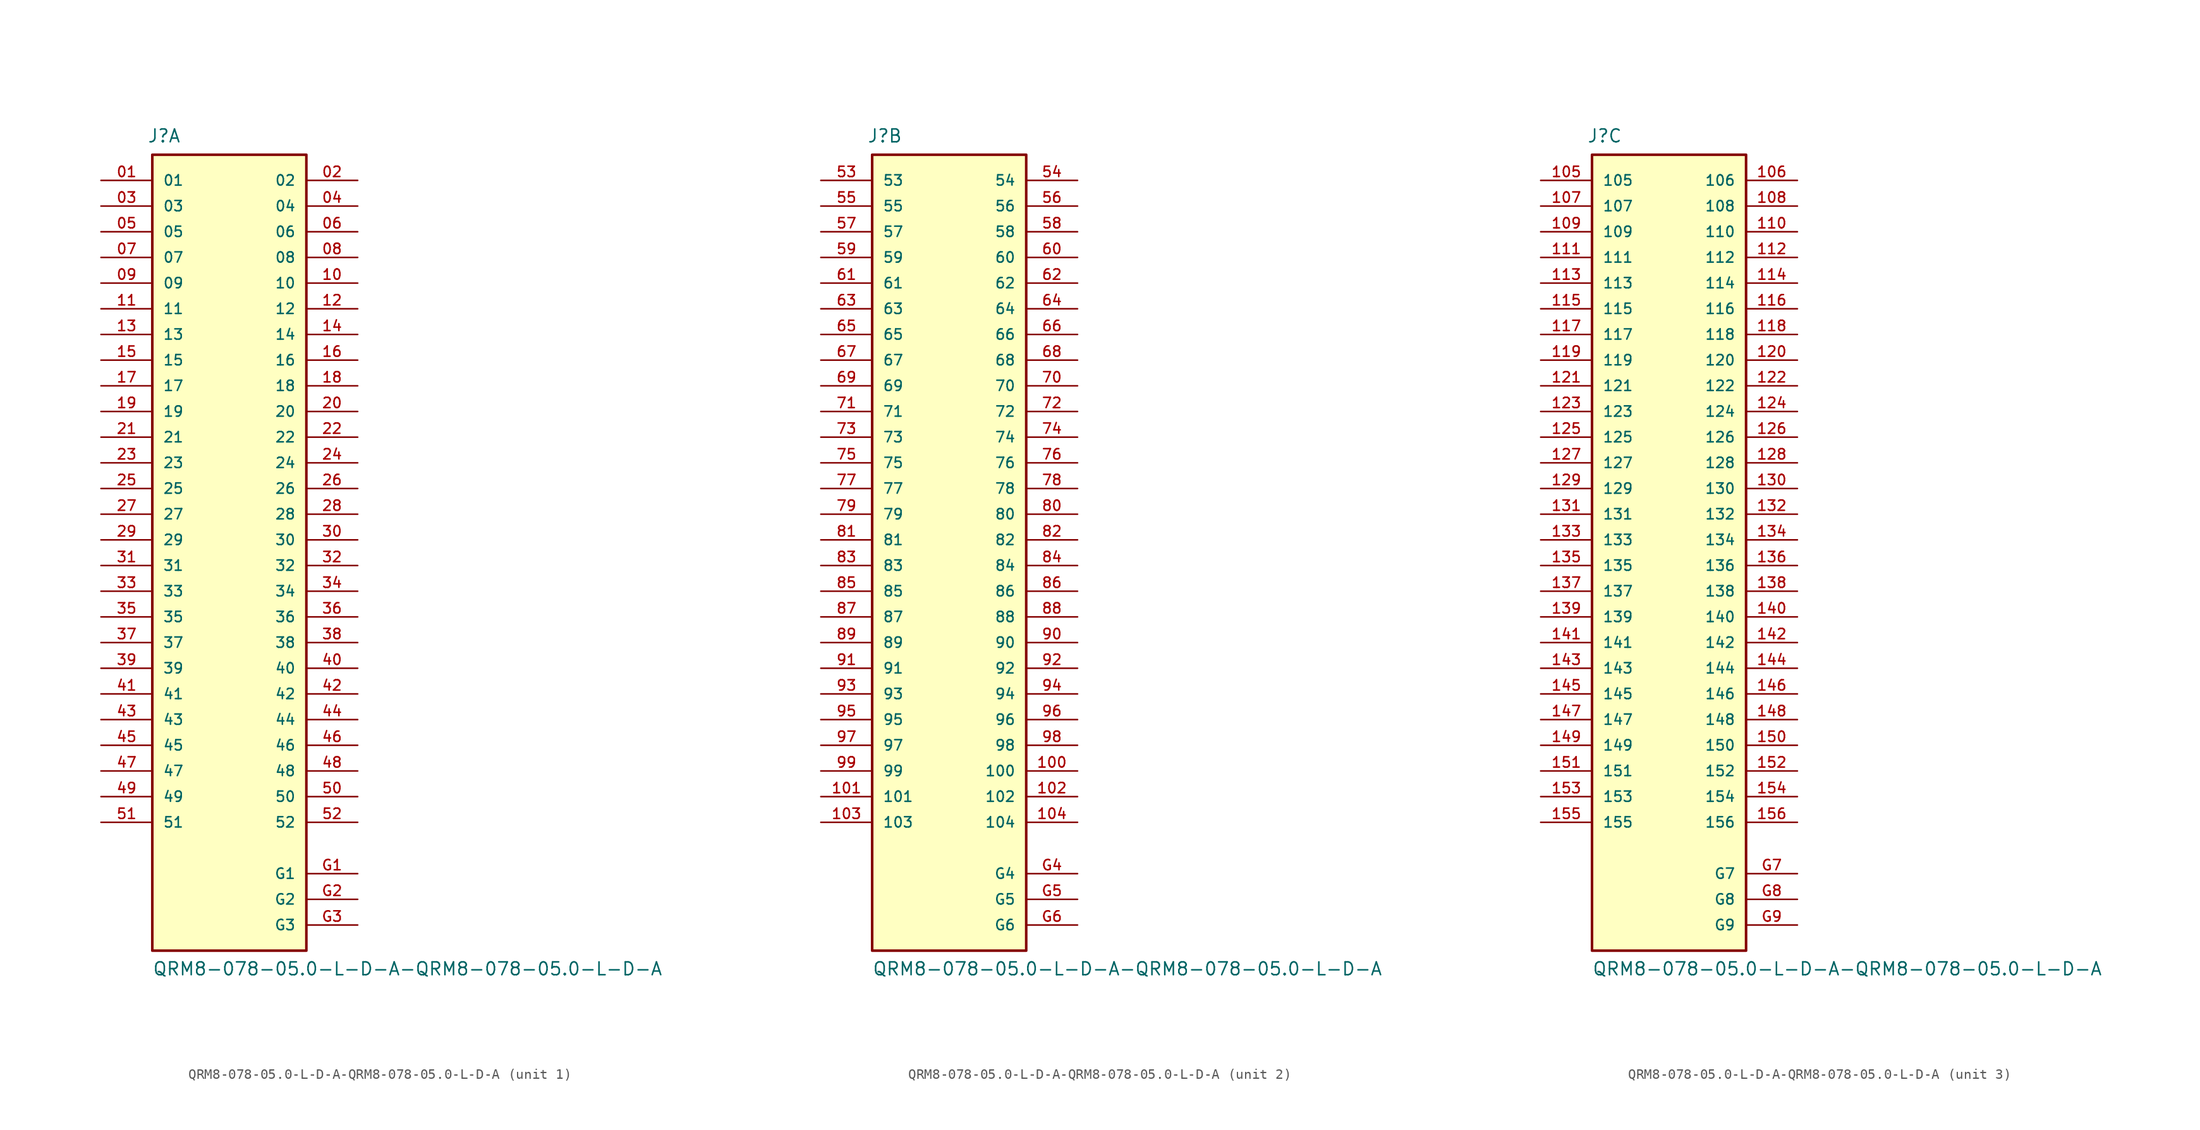
<source format=kicad_sym>
(kicad_symbol_lib
  (version 20220914)
  (generator kicad_symbol_editor)
  (symbol "QRM8-078-05.0-L-D-A-QRM8-078-05.0-L-D-A"
    (pin_names
      (offset 1.016))
    (property "Reference" "J"
      (at -8.128 39.218 0)
      (effects (font (size 1.27 1.27)) (justify left bottom)))
    (property "Value" "QRM8-078-05.0-L-D-A-QRM8-078-05.0-L-D-A"
      (at -7.62 -43.18 0)
      (effects (font (size 1.27 1.27)) (justify left bottom)))
    (property "ki_locked" ""
      (at 0 0 0)
      (effects (font (size 1.27 1.27))))
    (symbol "QRM8-078-05.0-L-D-A-QRM8-078-05.0-L-D-A_1_0"
      (rectangle (start -7.62 -40.64) (end 7.62 38.1) (stroke (width 0.254) (type solid)) (fill (type background)))
      (pin passive line (at -12.7 35.56 0) (length 5.08) (name "01" (effects (font (size 1.016 1.016)))) (number "01" (effects (font (size 1.016 1.016)))))
      (pin passive line (at 12.7 35.56 180) (length 5.08) (name "02" (effects (font (size 1.016 1.016)))) (number "02" (effects (font (size 1.016 1.016)))))
      (pin passive line (at -12.7 33.02 0) (length 5.08) (name "03" (effects (font (size 1.016 1.016)))) (number "03" (effects (font (size 1.016 1.016)))))
      (pin passive line (at 12.7 33.02 180) (length 5.08) (name "04" (effects (font (size 1.016 1.016)))) (number "04" (effects (font (size 1.016 1.016)))))
      (pin passive line (at -12.7 30.48 0) (length 5.08) (name "05" (effects (font (size 1.016 1.016)))) (number "05" (effects (font (size 1.016 1.016)))))
      (pin passive line (at 12.7 30.48 180) (length 5.08) (name "06" (effects (font (size 1.016 1.016)))) (number "06" (effects (font (size 1.016 1.016)))))
      (pin passive line (at -12.7 27.94 0) (length 5.08) (name "07" (effects (font (size 1.016 1.016)))) (number "07" (effects (font (size 1.016 1.016)))))
      (pin passive line (at 12.7 27.94 180) (length 5.08) (name "08" (effects (font (size 1.016 1.016)))) (number "08" (effects (font (size 1.016 1.016)))))
      (pin passive line (at -12.7 25.4 0) (length 5.08) (name "09" (effects (font (size 1.016 1.016)))) (number "09" (effects (font (size 1.016 1.016)))))
      (pin passive line (at 12.7 25.4 180) (length 5.08) (name "10" (effects (font (size 1.016 1.016)))) (number "10" (effects (font (size 1.016 1.016)))))
      (pin passive line (at -12.7 22.86 0) (length 5.08) (name "11" (effects (font (size 1.016 1.016)))) (number "11" (effects (font (size 1.016 1.016)))))
      (pin passive line (at 12.7 22.86 180) (length 5.08) (name "12" (effects (font (size 1.016 1.016)))) (number "12" (effects (font (size 1.016 1.016)))))
      (pin passive line (at -12.7 20.32 0) (length 5.08) (name "13" (effects (font (size 1.016 1.016)))) (number "13" (effects (font (size 1.016 1.016)))))
      (pin passive line (at 12.7 20.32 180) (length 5.08) (name "14" (effects (font (size 1.016 1.016)))) (number "14" (effects (font (size 1.016 1.016)))))
      (pin passive line (at -12.7 17.78 0) (length 5.08) (name "15" (effects (font (size 1.016 1.016)))) (number "15" (effects (font (size 1.016 1.016)))))
      (pin passive line (at 12.7 17.78 180) (length 5.08) (name "16" (effects (font (size 1.016 1.016)))) (number "16" (effects (font (size 1.016 1.016)))))
      (pin passive line (at -12.7 15.24 0) (length 5.08) (name "17" (effects (font (size 1.016 1.016)))) (number "17" (effects (font (size 1.016 1.016)))))
      (pin passive line (at 12.7 15.24 180) (length 5.08) (name "18" (effects (font (size 1.016 1.016)))) (number "18" (effects (font (size 1.016 1.016)))))
      (pin passive line (at -12.7 12.7 0) (length 5.08) (name "19" (effects (font (size 1.016 1.016)))) (number "19" (effects (font (size 1.016 1.016)))))
      (pin passive line (at 12.7 12.7 180) (length 5.08) (name "20" (effects (font (size 1.016 1.016)))) (number "20" (effects (font (size 1.016 1.016)))))
      (pin passive line (at -12.7 10.16 0) (length 5.08) (name "21" (effects (font (size 1.016 1.016)))) (number "21" (effects (font (size 1.016 1.016)))))
      (pin passive line (at 12.7 10.16 180) (length 5.08) (name "22" (effects (font (size 1.016 1.016)))) (number "22" (effects (font (size 1.016 1.016)))))
      (pin passive line (at -12.7 7.62 0) (length 5.08) (name "23" (effects (font (size 1.016 1.016)))) (number "23" (effects (font (size 1.016 1.016)))))
      (pin passive line (at 12.7 7.62 180) (length 5.08) (name "24" (effects (font (size 1.016 1.016)))) (number "24" (effects (font (size 1.016 1.016)))))
      (pin passive line (at -12.7 5.08 0) (length 5.08) (name "25" (effects (font (size 1.016 1.016)))) (number "25" (effects (font (size 1.016 1.016)))))
      (pin passive line (at 12.7 5.08 180) (length 5.08) (name "26" (effects (font (size 1.016 1.016)))) (number "26" (effects (font (size 1.016 1.016)))))
      (pin passive line (at -12.7 2.54 0) (length 5.08) (name "27" (effects (font (size 1.016 1.016)))) (number "27" (effects (font (size 1.016 1.016)))))
      (pin passive line (at 12.7 2.54 180) (length 5.08) (name "28" (effects (font (size 1.016 1.016)))) (number "28" (effects (font (size 1.016 1.016)))))
      (pin passive line (at -12.7 0 0) (length 5.08) (name "29" (effects (font (size 1.016 1.016)))) (number "29" (effects (font (size 1.016 1.016)))))
      (pin passive line (at 12.7 0 180) (length 5.08) (name "30" (effects (font (size 1.016 1.016)))) (number "30" (effects (font (size 1.016 1.016)))))
      (pin passive line (at -12.7 -2.54 0) (length 5.08) (name "31" (effects (font (size 1.016 1.016)))) (number "31" (effects (font (size 1.016 1.016)))))
      (pin passive line (at 12.7 -2.54 180) (length 5.08) (name "32" (effects (font (size 1.016 1.016)))) (number "32" (effects (font (size 1.016 1.016)))))
      (pin passive line (at -12.7 -5.08 0) (length 5.08) (name "33" (effects (font (size 1.016 1.016)))) (number "33" (effects (font (size 1.016 1.016)))))
      (pin passive line (at 12.7 -5.08 180) (length 5.08) (name "34" (effects (font (size 1.016 1.016)))) (number "34" (effects (font (size 1.016 1.016)))))
      (pin passive line (at -12.7 -7.62 0) (length 5.08) (name "35" (effects (font (size 1.016 1.016)))) (number "35" (effects (font (size 1.016 1.016)))))
      (pin passive line (at 12.7 -7.62 180) (length 5.08) (name "36" (effects (font (size 1.016 1.016)))) (number "36" (effects (font (size 1.016 1.016)))))
      (pin passive line (at -12.7 -10.16 0) (length 5.08) (name "37" (effects (font (size 1.016 1.016)))) (number "37" (effects (font (size 1.016 1.016)))))
      (pin passive line (at 12.7 -10.16 180) (length 5.08) (name "38" (effects (font (size 1.016 1.016)))) (number "38" (effects (font (size 1.016 1.016)))))
      (pin passive line (at -12.7 -12.7 0) (length 5.08) (name "39" (effects (font (size 1.016 1.016)))) (number "39" (effects (font (size 1.016 1.016)))))
      (pin passive line (at 12.7 -12.7 180) (length 5.08) (name "40" (effects (font (size 1.016 1.016)))) (number "40" (effects (font (size 1.016 1.016)))))
      (pin passive line (at -12.7 -15.24 0) (length 5.08) (name "41" (effects (font (size 1.016 1.016)))) (number "41" (effects (font (size 1.016 1.016)))))
      (pin passive line (at 12.7 -15.24 180) (length 5.08) (name "42" (effects (font (size 1.016 1.016)))) (number "42" (effects (font (size 1.016 1.016)))))
      (pin passive line (at -12.7 -17.78 0) (length 5.08) (name "43" (effects (font (size 1.016 1.016)))) (number "43" (effects (font (size 1.016 1.016)))))
      (pin passive line (at 12.7 -17.78 180) (length 5.08) (name "44" (effects (font (size 1.016 1.016)))) (number "44" (effects (font (size 1.016 1.016)))))
      (pin passive line (at -12.7 -20.32 0) (length 5.08) (name "45" (effects (font (size 1.016 1.016)))) (number "45" (effects (font (size 1.016 1.016)))))
      (pin passive line (at 12.7 -20.32 180) (length 5.08) (name "46" (effects (font (size 1.016 1.016)))) (number "46" (effects (font (size 1.016 1.016)))))
      (pin passive line (at -12.7 -22.86 0) (length 5.08) (name "47" (effects (font (size 1.016 1.016)))) (number "47" (effects (font (size 1.016 1.016)))))
      (pin passive line (at 12.7 -22.86 180) (length 5.08) (name "48" (effects (font (size 1.016 1.016)))) (number "48" (effects (font (size 1.016 1.016)))))
      (pin passive line (at -12.7 -25.4 0) (length 5.08) (name "49" (effects (font (size 1.016 1.016)))) (number "49" (effects (font (size 1.016 1.016)))))
      (pin passive line (at 12.7 -25.4 180) (length 5.08) (name "50" (effects (font (size 1.016 1.016)))) (number "50" (effects (font (size 1.016 1.016)))))
      (pin passive line (at -12.7 -27.94 0) (length 5.08) (name "51" (effects (font (size 1.016 1.016)))) (number "51" (effects (font (size 1.016 1.016)))))
      (pin passive line (at 12.7 -27.94 180) (length 5.08) (name "52" (effects (font (size 1.016 1.016)))) (number "52" (effects (font (size 1.016 1.016)))))
      (pin power_in line (at 12.7 -33.02 180) (length 5.08) (name "G1" (effects (font (size 1.016 1.016)))) (number "G1" (effects (font (size 1.016 1.016)))))
      (pin power_in line (at 12.7 -35.56 180) (length 5.08) (name "G2" (effects (font (size 1.016 1.016)))) (number "G2" (effects (font (size 1.016 1.016)))))
      (pin power_in line (at 12.7 -38.1 180) (length 5.08) (name "G3" (effects (font (size 1.016 1.016)))) (number "G3" (effects (font (size 1.016 1.016))))))
    (symbol "QRM8-078-05.0-L-D-A-QRM8-078-05.0-L-D-A_2_0"
      (rectangle (start -7.62 -40.64) (end 7.62 38.1) (stroke (width 0.254) (type solid)) (fill (type background)))
      (pin passive line (at 12.7 -22.86 180) (length 5.08) (name "100" (effects (font (size 1.016 1.016)))) (number "100" (effects (font (size 1.016 1.016)))))
      (pin passive line (at -12.7 -25.4 0) (length 5.08) (name "101" (effects (font (size 1.016 1.016)))) (number "101" (effects (font (size 1.016 1.016)))))
      (pin passive line (at 12.7 -25.4 180) (length 5.08) (name "102" (effects (font (size 1.016 1.016)))) (number "102" (effects (font (size 1.016 1.016)))))
      (pin passive line (at -12.7 -27.94 0) (length 5.08) (name "103" (effects (font (size 1.016 1.016)))) (number "103" (effects (font (size 1.016 1.016)))))
      (pin passive line (at 12.7 -27.94 180) (length 5.08) (name "104" (effects (font (size 1.016 1.016)))) (number "104" (effects (font (size 1.016 1.016)))))
      (pin passive line (at -12.7 35.56 0) (length 5.08) (name "53" (effects (font (size 1.016 1.016)))) (number "53" (effects (font (size 1.016 1.016)))))
      (pin passive line (at 12.7 35.56 180) (length 5.08) (name "54" (effects (font (size 1.016 1.016)))) (number "54" (effects (font (size 1.016 1.016)))))
      (pin passive line (at -12.7 33.02 0) (length 5.08) (name "55" (effects (font (size 1.016 1.016)))) (number "55" (effects (font (size 1.016 1.016)))))
      (pin passive line (at 12.7 33.02 180) (length 5.08) (name "56" (effects (font (size 1.016 1.016)))) (number "56" (effects (font (size 1.016 1.016)))))
      (pin passive line (at -12.7 30.48 0) (length 5.08) (name "57" (effects (font (size 1.016 1.016)))) (number "57" (effects (font (size 1.016 1.016)))))
      (pin passive line (at 12.7 30.48 180) (length 5.08) (name "58" (effects (font (size 1.016 1.016)))) (number "58" (effects (font (size 1.016 1.016)))))
      (pin passive line (at -12.7 27.94 0) (length 5.08) (name "59" (effects (font (size 1.016 1.016)))) (number "59" (effects (font (size 1.016 1.016)))))
      (pin passive line (at 12.7 27.94 180) (length 5.08) (name "60" (effects (font (size 1.016 1.016)))) (number "60" (effects (font (size 1.016 1.016)))))
      (pin passive line (at -12.7 25.4 0) (length 5.08) (name "61" (effects (font (size 1.016 1.016)))) (number "61" (effects (font (size 1.016 1.016)))))
      (pin passive line (at 12.7 25.4 180) (length 5.08) (name "62" (effects (font (size 1.016 1.016)))) (number "62" (effects (font (size 1.016 1.016)))))
      (pin passive line (at -12.7 22.86 0) (length 5.08) (name "63" (effects (font (size 1.016 1.016)))) (number "63" (effects (font (size 1.016 1.016)))))
      (pin passive line (at 12.7 22.86 180) (length 5.08) (name "64" (effects (font (size 1.016 1.016)))) (number "64" (effects (font (size 1.016 1.016)))))
      (pin passive line (at -12.7 20.32 0) (length 5.08) (name "65" (effects (font (size 1.016 1.016)))) (number "65" (effects (font (size 1.016 1.016)))))
      (pin passive line (at 12.7 20.32 180) (length 5.08) (name "66" (effects (font (size 1.016 1.016)))) (number "66" (effects (font (size 1.016 1.016)))))
      (pin passive line (at -12.7 17.78 0) (length 5.08) (name "67" (effects (font (size 1.016 1.016)))) (number "67" (effects (font (size 1.016 1.016)))))
      (pin passive line (at 12.7 17.78 180) (length 5.08) (name "68" (effects (font (size 1.016 1.016)))) (number "68" (effects (font (size 1.016 1.016)))))
      (pin passive line (at -12.7 15.24 0) (length 5.08) (name "69" (effects (font (size 1.016 1.016)))) (number "69" (effects (font (size 1.016 1.016)))))
      (pin passive line (at 12.7 15.24 180) (length 5.08) (name "70" (effects (font (size 1.016 1.016)))) (number "70" (effects (font (size 1.016 1.016)))))
      (pin passive line (at -12.7 12.7 0) (length 5.08) (name "71" (effects (font (size 1.016 1.016)))) (number "71" (effects (font (size 1.016 1.016)))))
      (pin passive line (at 12.7 12.7 180) (length 5.08) (name "72" (effects (font (size 1.016 1.016)))) (number "72" (effects (font (size 1.016 1.016)))))
      (pin passive line (at -12.7 10.16 0) (length 5.08) (name "73" (effects (font (size 1.016 1.016)))) (number "73" (effects (font (size 1.016 1.016)))))
      (pin passive line (at 12.7 10.16 180) (length 5.08) (name "74" (effects (font (size 1.016 1.016)))) (number "74" (effects (font (size 1.016 1.016)))))
      (pin passive line (at -12.7 7.62 0) (length 5.08) (name "75" (effects (font (size 1.016 1.016)))) (number "75" (effects (font (size 1.016 1.016)))))
      (pin passive line (at 12.7 7.62 180) (length 5.08) (name "76" (effects (font (size 1.016 1.016)))) (number "76" (effects (font (size 1.016 1.016)))))
      (pin passive line (at -12.7 5.08 0) (length 5.08) (name "77" (effects (font (size 1.016 1.016)))) (number "77" (effects (font (size 1.016 1.016)))))
      (pin passive line (at 12.7 5.08 180) (length 5.08) (name "78" (effects (font (size 1.016 1.016)))) (number "78" (effects (font (size 1.016 1.016)))))
      (pin passive line (at -12.7 2.54 0) (length 5.08) (name "79" (effects (font (size 1.016 1.016)))) (number "79" (effects (font (size 1.016 1.016)))))
      (pin passive line (at 12.7 2.54 180) (length 5.08) (name "80" (effects (font (size 1.016 1.016)))) (number "80" (effects (font (size 1.016 1.016)))))
      (pin passive line (at -12.7 0 0) (length 5.08) (name "81" (effects (font (size 1.016 1.016)))) (number "81" (effects (font (size 1.016 1.016)))))
      (pin passive line (at 12.7 0 180) (length 5.08) (name "82" (effects (font (size 1.016 1.016)))) (number "82" (effects (font (size 1.016 1.016)))))
      (pin passive line (at -12.7 -2.54 0) (length 5.08) (name "83" (effects (font (size 1.016 1.016)))) (number "83" (effects (font (size 1.016 1.016)))))
      (pin passive line (at 12.7 -2.54 180) (length 5.08) (name "84" (effects (font (size 1.016 1.016)))) (number "84" (effects (font (size 1.016 1.016)))))
      (pin passive line (at -12.7 -5.08 0) (length 5.08) (name "85" (effects (font (size 1.016 1.016)))) (number "85" (effects (font (size 1.016 1.016)))))
      (pin passive line (at 12.7 -5.08 180) (length 5.08) (name "86" (effects (font (size 1.016 1.016)))) (number "86" (effects (font (size 1.016 1.016)))))
      (pin passive line (at -12.7 -7.62 0) (length 5.08) (name "87" (effects (font (size 1.016 1.016)))) (number "87" (effects (font (size 1.016 1.016)))))
      (pin passive line (at 12.7 -7.62 180) (length 5.08) (name "88" (effects (font (size 1.016 1.016)))) (number "88" (effects (font (size 1.016 1.016)))))
      (pin passive line (at -12.7 -10.16 0) (length 5.08) (name "89" (effects (font (size 1.016 1.016)))) (number "89" (effects (font (size 1.016 1.016)))))
      (pin passive line (at 12.7 -10.16 180) (length 5.08) (name "90" (effects (font (size 1.016 1.016)))) (number "90" (effects (font (size 1.016 1.016)))))
      (pin passive line (at -12.7 -12.7 0) (length 5.08) (name "91" (effects (font (size 1.016 1.016)))) (number "91" (effects (font (size 1.016 1.016)))))
      (pin passive line (at 12.7 -12.7 180) (length 5.08) (name "92" (effects (font (size 1.016 1.016)))) (number "92" (effects (font (size 1.016 1.016)))))
      (pin passive line (at -12.7 -15.24 0) (length 5.08) (name "93" (effects (font (size 1.016 1.016)))) (number "93" (effects (font (size 1.016 1.016)))))
      (pin passive line (at 12.7 -15.24 180) (length 5.08) (name "94" (effects (font (size 1.016 1.016)))) (number "94" (effects (font (size 1.016 1.016)))))
      (pin passive line (at -12.7 -17.78 0) (length 5.08) (name "95" (effects (font (size 1.016 1.016)))) (number "95" (effects (font (size 1.016 1.016)))))
      (pin passive line (at 12.7 -17.78 180) (length 5.08) (name "96" (effects (font (size 1.016 1.016)))) (number "96" (effects (font (size 1.016 1.016)))))
      (pin passive line (at -12.7 -20.32 0) (length 5.08) (name "97" (effects (font (size 1.016 1.016)))) (number "97" (effects (font (size 1.016 1.016)))))
      (pin passive line (at 12.7 -20.32 180) (length 5.08) (name "98" (effects (font (size 1.016 1.016)))) (number "98" (effects (font (size 1.016 1.016)))))
      (pin passive line (at -12.7 -22.86 0) (length 5.08) (name "99" (effects (font (size 1.016 1.016)))) (number "99" (effects (font (size 1.016 1.016)))))
      (pin power_in line (at 12.7 -33.02 180) (length 5.08) (name "G4" (effects (font (size 1.016 1.016)))) (number "G4" (effects (font (size 1.016 1.016)))))
      (pin power_in line (at 12.7 -35.56 180) (length 5.08) (name "G5" (effects (font (size 1.016 1.016)))) (number "G5" (effects (font (size 1.016 1.016)))))
      (pin power_in line (at 12.7 -38.1 180) (length 5.08) (name "G6" (effects (font (size 1.016 1.016)))) (number "G6" (effects (font (size 1.016 1.016))))))
    (symbol "QRM8-078-05.0-L-D-A-QRM8-078-05.0-L-D-A_3_0"
      (rectangle (start -7.62 -40.64) (end 7.62 38.1) (stroke (width 0.254) (type solid)) (fill (type background)))
      (pin passive line (at -12.7 35.56 0) (length 5.08) (name "105" (effects (font (size 1.016 1.016)))) (number "105" (effects (font (size 1.016 1.016)))))
      (pin passive line (at 12.7 35.56 180) (length 5.08) (name "106" (effects (font (size 1.016 1.016)))) (number "106" (effects (font (size 1.016 1.016)))))
      (pin passive line (at -12.7 33.02 0) (length 5.08) (name "107" (effects (font (size 1.016 1.016)))) (number "107" (effects (font (size 1.016 1.016)))))
      (pin passive line (at 12.7 33.02 180) (length 5.08) (name "108" (effects (font (size 1.016 1.016)))) (number "108" (effects (font (size 1.016 1.016)))))
      (pin passive line (at -12.7 30.48 0) (length 5.08) (name "109" (effects (font (size 1.016 1.016)))) (number "109" (effects (font (size 1.016 1.016)))))
      (pin passive line (at 12.7 30.48 180) (length 5.08) (name "110" (effects (font (size 1.016 1.016)))) (number "110" (effects (font (size 1.016 1.016)))))
      (pin passive line (at -12.7 27.94 0) (length 5.08) (name "111" (effects (font (size 1.016 1.016)))) (number "111" (effects (font (size 1.016 1.016)))))
      (pin passive line (at 12.7 27.94 180) (length 5.08) (name "112" (effects (font (size 1.016 1.016)))) (number "112" (effects (font (size 1.016 1.016)))))
      (pin passive line (at -12.7 25.4 0) (length 5.08) (name "113" (effects (font (size 1.016 1.016)))) (number "113" (effects (font (size 1.016 1.016)))))
      (pin passive line (at 12.7 25.4 180) (length 5.08) (name "114" (effects (font (size 1.016 1.016)))) (number "114" (effects (font (size 1.016 1.016)))))
      (pin passive line (at -12.7 22.86 0) (length 5.08) (name "115" (effects (font (size 1.016 1.016)))) (number "115" (effects (font (size 1.016 1.016)))))
      (pin passive line (at 12.7 22.86 180) (length 5.08) (name "116" (effects (font (size 1.016 1.016)))) (number "116" (effects (font (size 1.016 1.016)))))
      (pin passive line (at -12.7 20.32 0) (length 5.08) (name "117" (effects (font (size 1.016 1.016)))) (number "117" (effects (font (size 1.016 1.016)))))
      (pin passive line (at 12.7 20.32 180) (length 5.08) (name "118" (effects (font (size 1.016 1.016)))) (number "118" (effects (font (size 1.016 1.016)))))
      (pin passive line (at -12.7 17.78 0) (length 5.08) (name "119" (effects (font (size 1.016 1.016)))) (number "119" (effects (font (size 1.016 1.016)))))
      (pin passive line (at 12.7 17.78 180) (length 5.08) (name "120" (effects (font (size 1.016 1.016)))) (number "120" (effects (font (size 1.016 1.016)))))
      (pin passive line (at -12.7 15.24 0) (length 5.08) (name "121" (effects (font (size 1.016 1.016)))) (number "121" (effects (font (size 1.016 1.016)))))
      (pin passive line (at 12.7 15.24 180) (length 5.08) (name "122" (effects (font (size 1.016 1.016)))) (number "122" (effects (font (size 1.016 1.016)))))
      (pin passive line (at -12.7 12.7 0) (length 5.08) (name "123" (effects (font (size 1.016 1.016)))) (number "123" (effects (font (size 1.016 1.016)))))
      (pin passive line (at 12.7 12.7 180) (length 5.08) (name "124" (effects (font (size 1.016 1.016)))) (number "124" (effects (font (size 1.016 1.016)))))
      (pin passive line (at -12.7 10.16 0) (length 5.08) (name "125" (effects (font (size 1.016 1.016)))) (number "125" (effects (font (size 1.016 1.016)))))
      (pin passive line (at 12.7 10.16 180) (length 5.08) (name "126" (effects (font (size 1.016 1.016)))) (number "126" (effects (font (size 1.016 1.016)))))
      (pin passive line (at -12.7 7.62 0) (length 5.08) (name "127" (effects (font (size 1.016 1.016)))) (number "127" (effects (font (size 1.016 1.016)))))
      (pin passive line (at 12.7 7.62 180) (length 5.08) (name "128" (effects (font (size 1.016 1.016)))) (number "128" (effects (font (size 1.016 1.016)))))
      (pin passive line (at -12.7 5.08 0) (length 5.08) (name "129" (effects (font (size 1.016 1.016)))) (number "129" (effects (font (size 1.016 1.016)))))
      (pin passive line (at 12.7 5.08 180) (length 5.08) (name "130" (effects (font (size 1.016 1.016)))) (number "130" (effects (font (size 1.016 1.016)))))
      (pin passive line (at -12.7 2.54 0) (length 5.08) (name "131" (effects (font (size 1.016 1.016)))) (number "131" (effects (font (size 1.016 1.016)))))
      (pin passive line (at 12.7 2.54 180) (length 5.08) (name "132" (effects (font (size 1.016 1.016)))) (number "132" (effects (font (size 1.016 1.016)))))
      (pin passive line (at -12.7 0 0) (length 5.08) (name "133" (effects (font (size 1.016 1.016)))) (number "133" (effects (font (size 1.016 1.016)))))
      (pin passive line (at 12.7 0 180) (length 5.08) (name "134" (effects (font (size 1.016 1.016)))) (number "134" (effects (font (size 1.016 1.016)))))
      (pin passive line (at -12.7 -2.54 0) (length 5.08) (name "135" (effects (font (size 1.016 1.016)))) (number "135" (effects (font (size 1.016 1.016)))))
      (pin passive line (at 12.7 -2.54 180) (length 5.08) (name "136" (effects (font (size 1.016 1.016)))) (number "136" (effects (font (size 1.016 1.016)))))
      (pin passive line (at -12.7 -5.08 0) (length 5.08) (name "137" (effects (font (size 1.016 1.016)))) (number "137" (effects (font (size 1.016 1.016)))))
      (pin passive line (at 12.7 -5.08 180) (length 5.08) (name "138" (effects (font (size 1.016 1.016)))) (number "138" (effects (font (size 1.016 1.016)))))
      (pin passive line (at -12.7 -7.62 0) (length 5.08) (name "139" (effects (font (size 1.016 1.016)))) (number "139" (effects (font (size 1.016 1.016)))))
      (pin passive line (at 12.7 -7.62 180) (length 5.08) (name "140" (effects (font (size 1.016 1.016)))) (number "140" (effects (font (size 1.016 1.016)))))
      (pin passive line (at -12.7 -10.16 0) (length 5.08) (name "141" (effects (font (size 1.016 1.016)))) (number "141" (effects (font (size 1.016 1.016)))))
      (pin passive line (at 12.7 -10.16 180) (length 5.08) (name "142" (effects (font (size 1.016 1.016)))) (number "142" (effects (font (size 1.016 1.016)))))
      (pin passive line (at -12.7 -12.7 0) (length 5.08) (name "143" (effects (font (size 1.016 1.016)))) (number "143" (effects (font (size 1.016 1.016)))))
      (pin passive line (at 12.7 -12.7 180) (length 5.08) (name "144" (effects (font (size 1.016 1.016)))) (number "144" (effects (font (size 1.016 1.016)))))
      (pin passive line (at -12.7 -15.24 0) (length 5.08) (name "145" (effects (font (size 1.016 1.016)))) (number "145" (effects (font (size 1.016 1.016)))))
      (pin passive line (at 12.7 -15.24 180) (length 5.08) (name "146" (effects (font (size 1.016 1.016)))) (number "146" (effects (font (size 1.016 1.016)))))
      (pin passive line (at -12.7 -17.78 0) (length 5.08) (name "147" (effects (font (size 1.016 1.016)))) (number "147" (effects (font (size 1.016 1.016)))))
      (pin passive line (at 12.7 -17.78 180) (length 5.08) (name "148" (effects (font (size 1.016 1.016)))) (number "148" (effects (font (size 1.016 1.016)))))
      (pin passive line (at -12.7 -20.32 0) (length 5.08) (name "149" (effects (font (size 1.016 1.016)))) (number "149" (effects (font (size 1.016 1.016)))))
      (pin passive line (at 12.7 -20.32 180) (length 5.08) (name "150" (effects (font (size 1.016 1.016)))) (number "150" (effects (font (size 1.016 1.016)))))
      (pin passive line (at -12.7 -22.86 0) (length 5.08) (name "151" (effects (font (size 1.016 1.016)))) (number "151" (effects (font (size 1.016 1.016)))))
      (pin passive line (at 12.7 -22.86 180) (length 5.08) (name "152" (effects (font (size 1.016 1.016)))) (number "152" (effects (font (size 1.016 1.016)))))
      (pin passive line (at -12.7 -25.4 0) (length 5.08) (name "153" (effects (font (size 1.016 1.016)))) (number "153" (effects (font (size 1.016 1.016)))))
      (pin passive line (at 12.7 -25.4 180) (length 5.08) (name "154" (effects (font (size 1.016 1.016)))) (number "154" (effects (font (size 1.016 1.016)))))
      (pin passive line (at -12.7 -27.94 0) (length 5.08) (name "155" (effects (font (size 1.016 1.016)))) (number "155" (effects (font (size 1.016 1.016)))))
      (pin passive line (at 12.7 -27.94 180) (length 5.08) (name "156" (effects (font (size 1.016 1.016)))) (number "156" (effects (font (size 1.016 1.016)))))
      (pin power_in line (at 12.7 -33.02 180) (length 5.08) (name "G7" (effects (font (size 1.016 1.016)))) (number "G7" (effects (font (size 1.016 1.016)))))
      (pin power_in line (at 12.7 -35.56 180) (length 5.08) (name "G8" (effects (font (size 1.016 1.016)))) (number "G8" (effects (font (size 1.016 1.016)))))
      (pin power_in line (at 12.7 -38.1 180) (length 5.08) (name "G9" (effects (font (size 1.016 1.016)))) (number "G9" (effects (font (size 1.016 1.016))))))))
</source>
